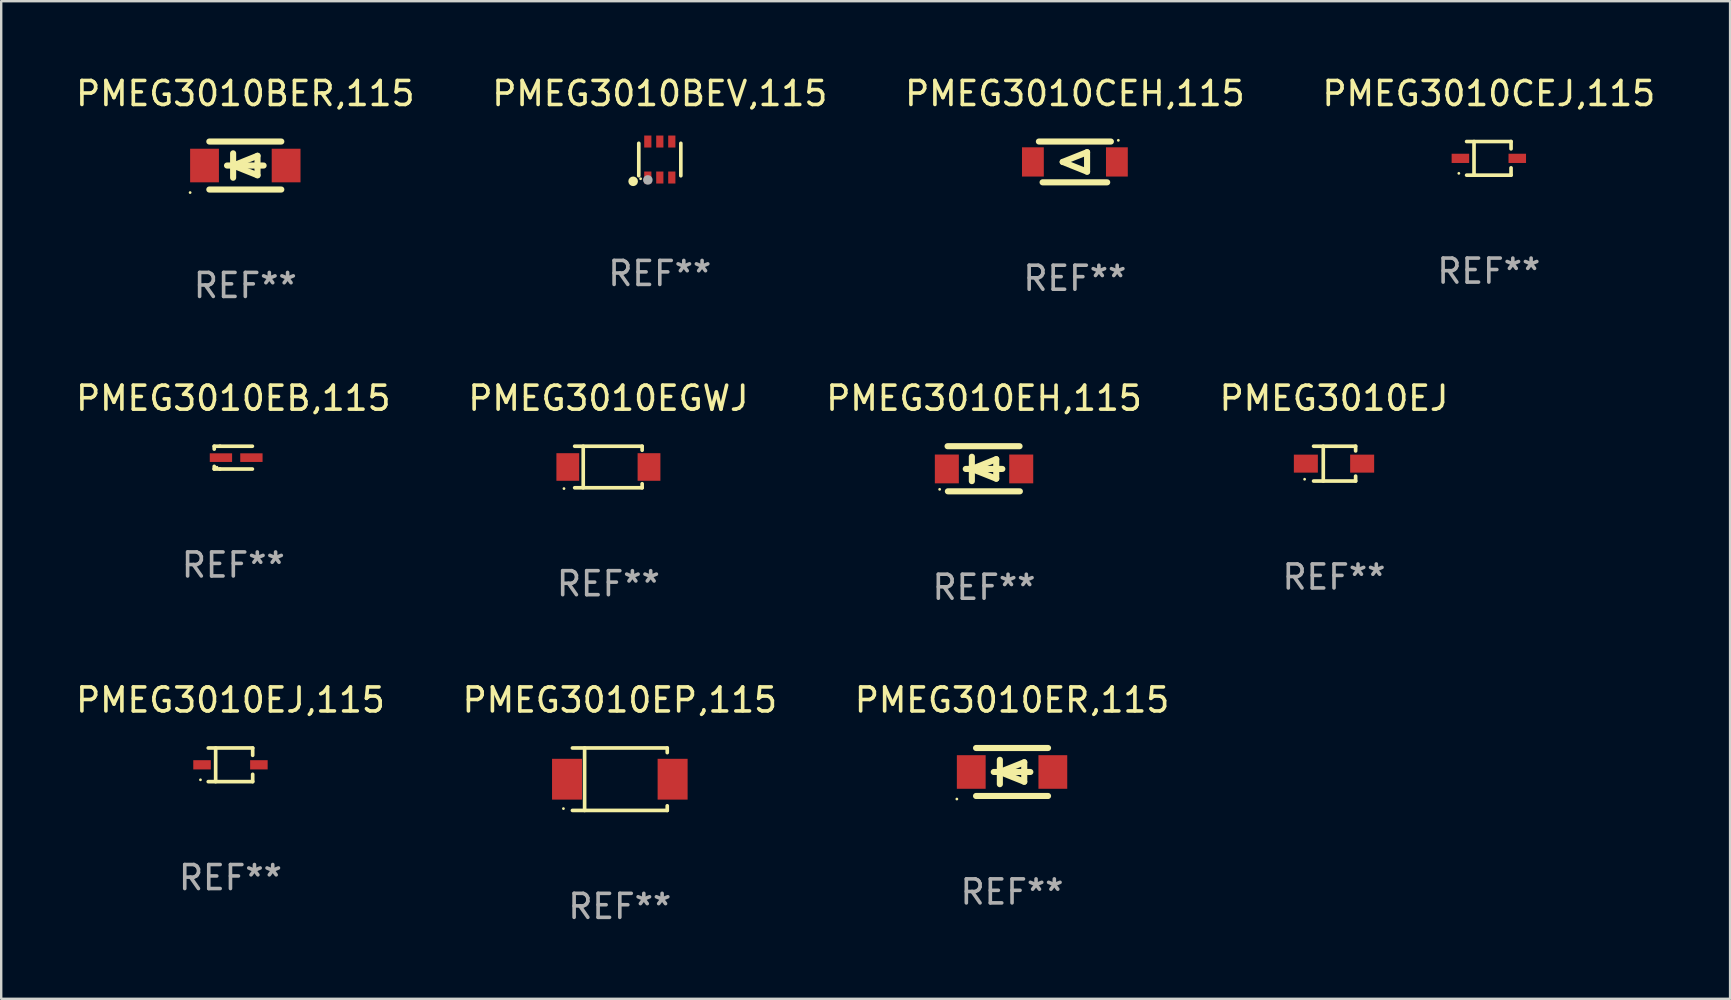
<source format=kicad_pcb>
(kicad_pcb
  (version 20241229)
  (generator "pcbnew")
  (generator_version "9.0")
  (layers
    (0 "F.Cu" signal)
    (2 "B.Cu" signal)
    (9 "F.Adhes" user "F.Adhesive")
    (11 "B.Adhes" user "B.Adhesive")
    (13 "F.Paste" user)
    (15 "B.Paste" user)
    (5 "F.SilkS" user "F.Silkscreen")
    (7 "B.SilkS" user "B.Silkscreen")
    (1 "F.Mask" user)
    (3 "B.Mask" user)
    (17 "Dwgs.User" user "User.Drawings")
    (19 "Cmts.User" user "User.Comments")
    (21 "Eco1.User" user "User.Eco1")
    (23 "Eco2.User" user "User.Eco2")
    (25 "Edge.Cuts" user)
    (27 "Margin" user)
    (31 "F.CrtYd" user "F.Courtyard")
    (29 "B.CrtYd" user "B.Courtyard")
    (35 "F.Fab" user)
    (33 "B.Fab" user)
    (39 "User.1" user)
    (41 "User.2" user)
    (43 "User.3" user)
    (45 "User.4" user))
  (footprint "PMEG3010EH,115"
    (layer "F.Cu")
    (at 37.958 16.485)
    (property "Reference" "PMEG3010EH,115" (at 0 -2.94 0) (layer "F.SilkS") (effects (font (size 1 1) (thickness 0.15))))
    (attr through_hole)
    (fp_line (start -1.52 -0.94) (end 1.48 -0.94) (stroke (width 0.254) (type solid)) (layer "F.SilkS"))
    (fp_line (start -1.507 0.94) (end 1.493 0.94) (stroke (width 0.254) (type solid)) (layer "F.SilkS"))
    (fp_line (start -0.762 0.007) (end 0.762 0.007) (stroke (width 0.254) (type solid)) (layer "F.SilkS"))
    (fp_line (start -0.508 -0.501) (end -0.508 0.515) (stroke (width 0.254) (type solid)) (layer "F.SilkS"))
    (fp_line (start -0.508 0.007) (end 0.508 -0.4) (stroke (width 0.254) (type solid)) (layer "F.SilkS"))
    (fp_line (start 0.508 -0.4) (end 0.508 0.413) (stroke (width 0.254) (type solid)) (layer "F.SilkS"))
    (fp_line (start 0.508 0.413) (end -0.508 0.007) (stroke (width 0.254) (type solid)) (layer "F.SilkS"))
    (fp_circle (center -1.85 0.857) (end -1.82 0.857) (stroke (width 0.06) (type solid)) (fill no) (layer "F.SilkS"))
    (fp_text user "REF**" (at 0 4.94 0) (layer "F.Fab") (effects (font (size 1 1) (thickness 0.15))))
    (pad "1" smd rect (at -1.55 0.007) (size 1 1.2) (layers "F.Cu" "F.Mask" "F.Paste"))
    (pad "2" smd rect (at 1.55 0.007) (size 1 1.2) (layers "F.Cu" "F.Mask" "F.Paste")))
  (footprint "PMEG3010EB,115"
    (layer "F.Cu")
    (at 6.673 16.021)
    (property "Reference" "PMEG3010EB,115" (at 0 -2.476 0) (layer "F.SilkS") (effects (font (size 1 1) (thickness 0.15))))
    (attr through_hole)
    (fp_line (start -0.795 -0.476) (end -0.795 -0.356) (stroke (width 0.152) (type solid)) (layer "F.SilkS"))
    (fp_line (start -0.795 0.363) (end -0.795 0.476) (stroke (width 0.152) (type solid)) (layer "F.SilkS"))
    (fp_line (start -0.795 0.476) (end -0.557 0.476) (stroke (width 0.152) (type solid)) (layer "F.SilkS"))
    (fp_line (start -0.557 -0.476) (end -0.795 -0.476) (stroke (width 0.152) (type solid)) (layer "F.SilkS"))
    (fp_line (start -0.557 -0.476) (end 0.795 -0.476) (stroke (width 0.152) (type solid)) (layer "F.SilkS"))
    (fp_line (start -0.557 0.476) (end 0.795 0.476) (stroke (width 0.152) (type solid)) (layer "F.SilkS"))
    (fp_circle (center -0.681 0.4) (end -0.651 0.4) (stroke (width 0.06) (type solid)) (fill no) (layer "F.SilkS"))
    (fp_text user "REF**" (at 0 4.476 0) (layer "F.Fab") (effects (font (size 1 1) (thickness 0.15))))
    (pad "1" smd rect (at -0.516 0 180) (size 0.93 0.36) (layers "F.Cu" "F.Mask" "F.Paste"))
    (pad "2" smd rect (at 0.754 0 180) (size 0.93 0.36) (layers "F.Cu" "F.Mask" "F.Paste")))
  (footprint "PMEG3010ER,115"
    (layer "F.Cu")
    (at 39.125 29.121)
    (property "Reference" "PMEG3010ER,115" (at 0 -3 0) (layer "F.SilkS") (effects (font (size 1 1) (thickness 0.15))))
    (attr through_hole)
    (fp_line (start -1.5 -1) (end 1.5 -1) (stroke (width 0.254) (type solid)) (layer "F.SilkS"))
    (fp_line (start -1.5 1) (end 1.5 1) (stroke (width 0.254) (type solid)) (layer "F.SilkS"))
    (fp_line (start -0.762 0) (end 0.762 0) (stroke (width 0.254) (type solid)) (layer "F.SilkS"))
    (fp_line (start -0.508 -0.508) (end -0.508 0.508) (stroke (width 0.254) (type solid)) (layer "F.SilkS"))
    (fp_line (start -0.508 0) (end 0.508 -0.406) (stroke (width 0.254) (type solid)) (layer "F.SilkS"))
    (fp_line (start 0.508 -0.406) (end 0.508 0.406) (stroke (width 0.254) (type solid)) (layer "F.SilkS"))
    (fp_line (start 0.508 0.406) (end -0.508 0) (stroke (width 0.254) (type solid)) (layer "F.SilkS"))
    (fp_circle (center -2.3 1.127) (end -2.27 1.127) (stroke (width 0.06) (type solid)) (fill no) (layer "F.SilkS"))
    (fp_text user "REF**" (at 0 5 0) (layer "F.Fab") (effects (font (size 1 1) (thickness 0.15))))
    (pad "1" smd rect (at -1.7 0) (size 1.2 1.4) (layers "F.Cu" "F.Mask" "F.Paste"))
    (pad "2" smd rect (at 1.7 0) (size 1.2 1.4) (layers "F.Cu" "F.Mask" "F.Paste")))
  (footprint "PMEG3010BEV,115"
    (layer "F.Cu")
    (at 24.446 3.598)
    (property "Reference" "PMEG3010BEV,115" (at 0 -2.75 0) (layer "F.SilkS") (effects (font (size 1 1) (thickness 0.15))))
    (attr through_hole)
    (fp_line (start -0.876 0.676) (end -0.876 -0.676) (stroke (width 0.152) (type solid)) (layer "F.SilkS"))
    (fp_line (start 0.876 0.676) (end 0.876 -0.676) (stroke (width 0.152) (type solid)) (layer "F.SilkS"))
    (fp_circle (center -1.111 0.908) (end -1.011 0.908) (stroke (width 0.2) (type solid)) (fill no) (layer "F.SilkS"))
    (fp_circle (center -0.8 0.8) (end -0.77 0.8) (stroke (width 0.06) (type solid)) (fill no) (layer "F.SilkS"))
    (fp_circle (center -0.499 0.85) (end -0.399 0.85) (stroke (width 0.2) (type solid)) (fill no) (layer "F.Fab"))
    (fp_text user "REF**" (at 0 4.75 0) (layer "F.Fab") (effects (font (size 1 1) (thickness 0.15))))
    (pad "1" smd rect (at -0.5 0.75) (size 0.3 0.5) (layers "F.Cu" "F.Mask" "F.Paste"))
    (pad "2" smd rect (at 0 0.75) (size 0.3 0.5) (layers "F.Cu" "F.Mask" "F.Paste"))
    (pad "3" smd rect (at 0.5 0.75) (size 0.3 0.5) (layers "F.Cu" "F.Mask" "F.Paste"))
    (pad "4" smd rect (at 0.5 -0.75) (size 0.3 0.5) (layers "F.Cu" "F.Mask" "F.Paste"))
    (pad "5" smd rect (at 0 -0.75) (size 0.3 0.5) (layers "F.Cu" "F.Mask" "F.Paste"))
    (pad "6" smd rect (at -0.5 -0.75) (size 0.3 0.5) (layers "F.Cu" "F.Mask" "F.Paste")))
  (footprint "PMEG3010EJ,115"
    (layer "F.Cu")
    (at 6.554 28.822)
    (property "Reference" "PMEG3010EJ,115" (at 0 -2.701 0) (layer "F.SilkS") (effects (font (size 1 1) (thickness 0.15))))
    (attr through_hole)
    (fp_line (start -0.926 -0.701) (end 0.926 -0.701) (stroke (width 0.152) (type solid)) (layer "F.SilkS"))
    (fp_line (start -0.926 0.701) (end 0.926 0.701) (stroke (width 0.152) (type solid)) (layer "F.SilkS"))
    (fp_line (start -0.617 -0.701) (end -0.617 0.701) (stroke (width 0.152) (type solid)) (layer "F.SilkS"))
    (fp_line (start 0.926 -0.701) (end 0.926 -0.396) (stroke (width 0.152) (type solid)) (layer "F.SilkS"))
    (fp_line (start 0.926 0.701) (end 0.926 0.396) (stroke (width 0.152) (type solid)) (layer "F.SilkS"))
    (fp_circle (center -1.25 0.625) (end -1.22 0.625) (stroke (width 0.06) (type solid)) (fill no) (layer "F.SilkS"))
    (fp_text user "REF**" (at 0 4.701 0) (layer "F.Fab") (effects (font (size 1 1) (thickness 0.15))))
    (pad "1" smd rect (at -1.185 0 180) (size 0.73 0.385) (layers "F.Cu" "F.Mask" "F.Paste"))
    (pad "2" smd rect (at 1.185 0 180) (size 0.73 0.385) (layers "F.Cu" "F.Mask" "F.Paste")))
  (footprint "PMEG3010EP,115"
    (layer "F.Cu")
    (at 22.78 29.422)
    (property "Reference" "PMEG3010EP,115" (at 0 -3.301 0) (layer "F.SilkS") (effects (font (size 1 1) (thickness 0.15))))
    (attr through_hole)
    (fp_line (start -1.976 -1.301) (end 1.976 -1.301) (stroke (width 0.152) (type solid)) (layer "F.SilkS"))
    (fp_line (start -1.976 1.301) (end 1.976 1.301) (stroke (width 0.152) (type solid)) (layer "F.SilkS"))
    (fp_line (start -1.467 -1.301) (end -1.467 1.301) (stroke (width 0.152) (type solid)) (layer "F.SilkS"))
    (fp_line (start 1.976 -1.301) (end 1.976 -1.108) (stroke (width 0.152) (type solid)) (layer "F.SilkS"))
    (fp_line (start 1.976 1.301) (end 1.976 1.108) (stroke (width 0.152) (type solid)) (layer "F.SilkS"))
    (fp_circle (center -2.35 1.225) (end -2.32 1.225) (stroke (width 0.06) (type solid)) (fill no) (layer "F.SilkS"))
    (fp_text user "REF**" (at 0 5.301 0) (layer "F.Fab") (effects (font (size 1 1) (thickness 0.15))))
    (pad "1" smd rect (at -2.2 0 180) (size 1.25 1.7) (layers "F.Cu" "F.Mask" "F.Paste"))
    (pad "2" smd rect (at 2.2 0 180) (size 1.25 1.7) (layers "F.Cu" "F.Mask" "F.Paste")))
  (footprint "PMEG3010EGWJ"
    (layer "F.Cu")
    (at 22.304 16.411)
    (property "Reference" "PMEG3010EGWJ" (at 0 -2.866 0) (layer "F.SilkS") (effects (font (size 1 1) (thickness 0.15))))
    (attr through_hole)
    (fp_line (start -1.406 -0.866) (end 1.406 -0.866) (stroke (width 0.152) (type solid)) (layer "F.SilkS"))
    (fp_line (start -1.406 0.866) (end 1.406 0.866) (stroke (width 0.152) (type solid)) (layer "F.SilkS"))
    (fp_line (start -1.049 -0.866) (end -1.049 0.866) (stroke (width 0.152) (type solid)) (layer "F.SilkS"))
    (fp_line (start 1.406 -0.866) (end 1.406 -0.698) (stroke (width 0.152) (type solid)) (layer "F.SilkS"))
    (fp_line (start 1.406 0.866) (end 1.406 0.698) (stroke (width 0.152) (type solid)) (layer "F.SilkS"))
    (fp_circle (center -1.851 0.9) (end -1.821 0.9) (stroke (width 0.06) (type solid)) (fill no) (layer "F.SilkS"))
    (fp_text user "REF**" (at 0 4.866 0) (layer "F.Fab") (effects (font (size 1 1) (thickness 0.15))))
    (pad "1" smd rect (at -1.692 0) (size 0.95 1.15) (layers "F.Cu" "F.Mask" "F.Paste"))
    (pad "2" smd rect (at 1.692 0) (size 0.95 1.15) (layers "F.Cu" "F.Mask" "F.Paste")))
  (footprint "PMEG3010CEJ,115"
    (layer "F.Cu")
    (at 58.994 3.549)
    (property "Reference" "PMEG3010CEJ,115" (at 0 -2.701 0) (layer "F.SilkS") (effects (font (size 1 1) (thickness 0.15))))
    (attr through_hole)
    (fp_line (start -0.926 -0.701) (end 0.926 -0.701) (stroke (width 0.152) (type solid)) (layer "F.SilkS"))
    (fp_line (start -0.926 0.701) (end 0.926 0.701) (stroke (width 0.152) (type solid)) (layer "F.SilkS"))
    (fp_line (start -0.617 -0.701) (end -0.617 0.701) (stroke (width 0.152) (type solid)) (layer "F.SilkS"))
    (fp_line (start 0.926 -0.701) (end 0.926 -0.396) (stroke (width 0.152) (type solid)) (layer "F.SilkS"))
    (fp_line (start 0.926 0.701) (end 0.926 0.396) (stroke (width 0.152) (type solid)) (layer "F.SilkS"))
    (fp_circle (center -1.25 0.625) (end -1.22 0.625) (stroke (width 0.06) (type solid)) (fill no) (layer "F.SilkS"))
    (fp_text user "REF**" (at 0 4.701 0) (layer "F.Fab") (effects (font (size 1 1) (thickness 0.15))))
    (pad "1" smd rect (at -1.185 0 180) (size 0.73 0.385) (layers "F.Cu" "F.Mask" "F.Paste"))
    (pad "2" smd rect (at 1.185 0 180) (size 0.73 0.385) (layers "F.Cu" "F.Mask" "F.Paste")))
  (footprint "PMEG3010CEH,115"
    (layer "F.Cu")
    (at 41.744 3.698)
    (property "Reference" "PMEG3010CEH,115" (at 0 -2.85 0) (layer "F.SilkS") (effects (font (size 1 1) (thickness 0.15))))
    (attr through_hole)
    (fp_line (start -1.5 -0.85) (end 1.5 -0.85) (stroke (width 0.254) (type solid)) (layer "F.SilkS"))
    (fp_line (start -0.508 0) (end 0.508 -0.406) (stroke (width 0.254) (type solid)) (layer "F.SilkS"))
    (fp_line (start 0.508 -0.406) (end 0.508 0.406) (stroke (width 0.254) (type solid)) (layer "F.SilkS"))
    (fp_line (start 0.508 0.406) (end -0.508 0) (stroke (width 0.254) (type solid)) (layer "F.SilkS"))
    (fp_line (start 1.346 0.85) (end -1.346 0.85) (stroke (width 0.254) (type solid)) (layer "F.SilkS"))
    (fp_circle (center 1.81 -0.9) (end 1.84 -0.9) (stroke (width 0.06) (type solid)) (fill no) (layer "F.SilkS"))
    (fp_text user "REF**" (at 0 4.85 0) (layer "F.Fab") (effects (font (size 1 1) (thickness 0.15))))
    (pad "1" smd rect (at 1.75 0) (size 0.909 1.219) (layers "F.Cu" "F.Mask" "F.Paste"))
    (pad "2" smd rect (at -1.75 0) (size 0.909 1.219) (layers "F.Cu" "F.Mask" "F.Paste")))
  (footprint "PMEG3010EJ"
    (layer "F.Cu")
    (at 52.542 16.271)
    (property "Reference" "PMEG3010EJ" (at 0 -2.726 0) (layer "F.SilkS") (effects (font (size 1 1) (thickness 0.15))))
    (attr through_hole)
    (fp_line (start -0.851 -0.726) (end 0.901 -0.726) (stroke (width 0.152) (type solid)) (layer "F.SilkS"))
    (fp_line (start -0.851 0.726) (end 0.901 0.726) (stroke (width 0.152) (type solid)) (layer "F.SilkS"))
    (fp_line (start -0.447 -0.726) (end -0.447 0.726) (stroke (width 0.152) (type solid)) (layer "F.SilkS"))
    (fp_line (start 0.901 -0.726) (end 0.901 -0.53) (stroke (width 0.152) (type solid)) (layer "F.SilkS"))
    (fp_line (start 0.901 0.726) (end 0.901 0.52) (stroke (width 0.152) (type solid)) (layer "F.SilkS"))
    (fp_circle (center -1.225 0.65) (end -1.195 0.65) (stroke (width 0.06) (type solid)) (fill no) (layer "F.SilkS"))
    (fp_text user "REF**" (at 0 4.726 0) (layer "F.Fab") (effects (font (size 1 1) (thickness 0.15))))
    (pad "1" smd rect (at -1.173 0) (size 1 0.75) (layers "F.Cu" "F.Mask" "F.Paste"))
    (pad "2" smd rect (at 1.173 0) (size 1 0.75) (layers "F.Cu" "F.Mask" "F.Paste")))
  (footprint "PMEG3010BER,115"
    (layer "F.Cu")
    (at 7.173 3.848)
    (property "Reference" "PMEG3010BER,115" (at 0 -3 0) (layer "F.SilkS") (effects (font (size 1 1) (thickness 0.15))))
    (attr through_hole)
    (fp_line (start -1.5 -1) (end 1.5 -1) (stroke (width 0.254) (type solid)) (layer "F.SilkS"))
    (fp_line (start -1.5 1) (end 1.5 1) (stroke (width 0.254) (type solid)) (layer "F.SilkS"))
    (fp_line (start -0.762 0) (end 0.762 0) (stroke (width 0.254) (type solid)) (layer "F.SilkS"))
    (fp_line (start -0.508 -0.508) (end -0.508 0.508) (stroke (width 0.254) (type solid)) (layer "F.SilkS"))
    (fp_line (start -0.508 0) (end 0.508 -0.406) (stroke (width 0.254) (type solid)) (layer "F.SilkS"))
    (fp_line (start 0.508 -0.406) (end 0.508 0.406) (stroke (width 0.254) (type solid)) (layer "F.SilkS"))
    (fp_line (start 0.508 0.406) (end -0.508 0) (stroke (width 0.254) (type solid)) (layer "F.SilkS"))
    (fp_circle (center -2.3 1.127) (end -2.27 1.127) (stroke (width 0.06) (type solid)) (fill no) (layer "F.SilkS"))
    (fp_text user "REF**" (at 0 5 0) (layer "F.Fab") (effects (font (size 1 1) (thickness 0.15))))
    (pad "1" smd rect (at -1.7 0) (size 1.2 1.4) (layers "F.Cu" "F.Mask" "F.Paste"))
    (pad "2" smd rect (at 1.7 0) (size 1.2 1.4) (layers "F.Cu" "F.Mask" "F.Paste")))
  (gr_rect
    (start -3 -3)
    (end 69.048 38.572)
    (stroke (width 0.1) (type default))
    (fill no)
    (layer "Edge.Cuts")))
</source>
